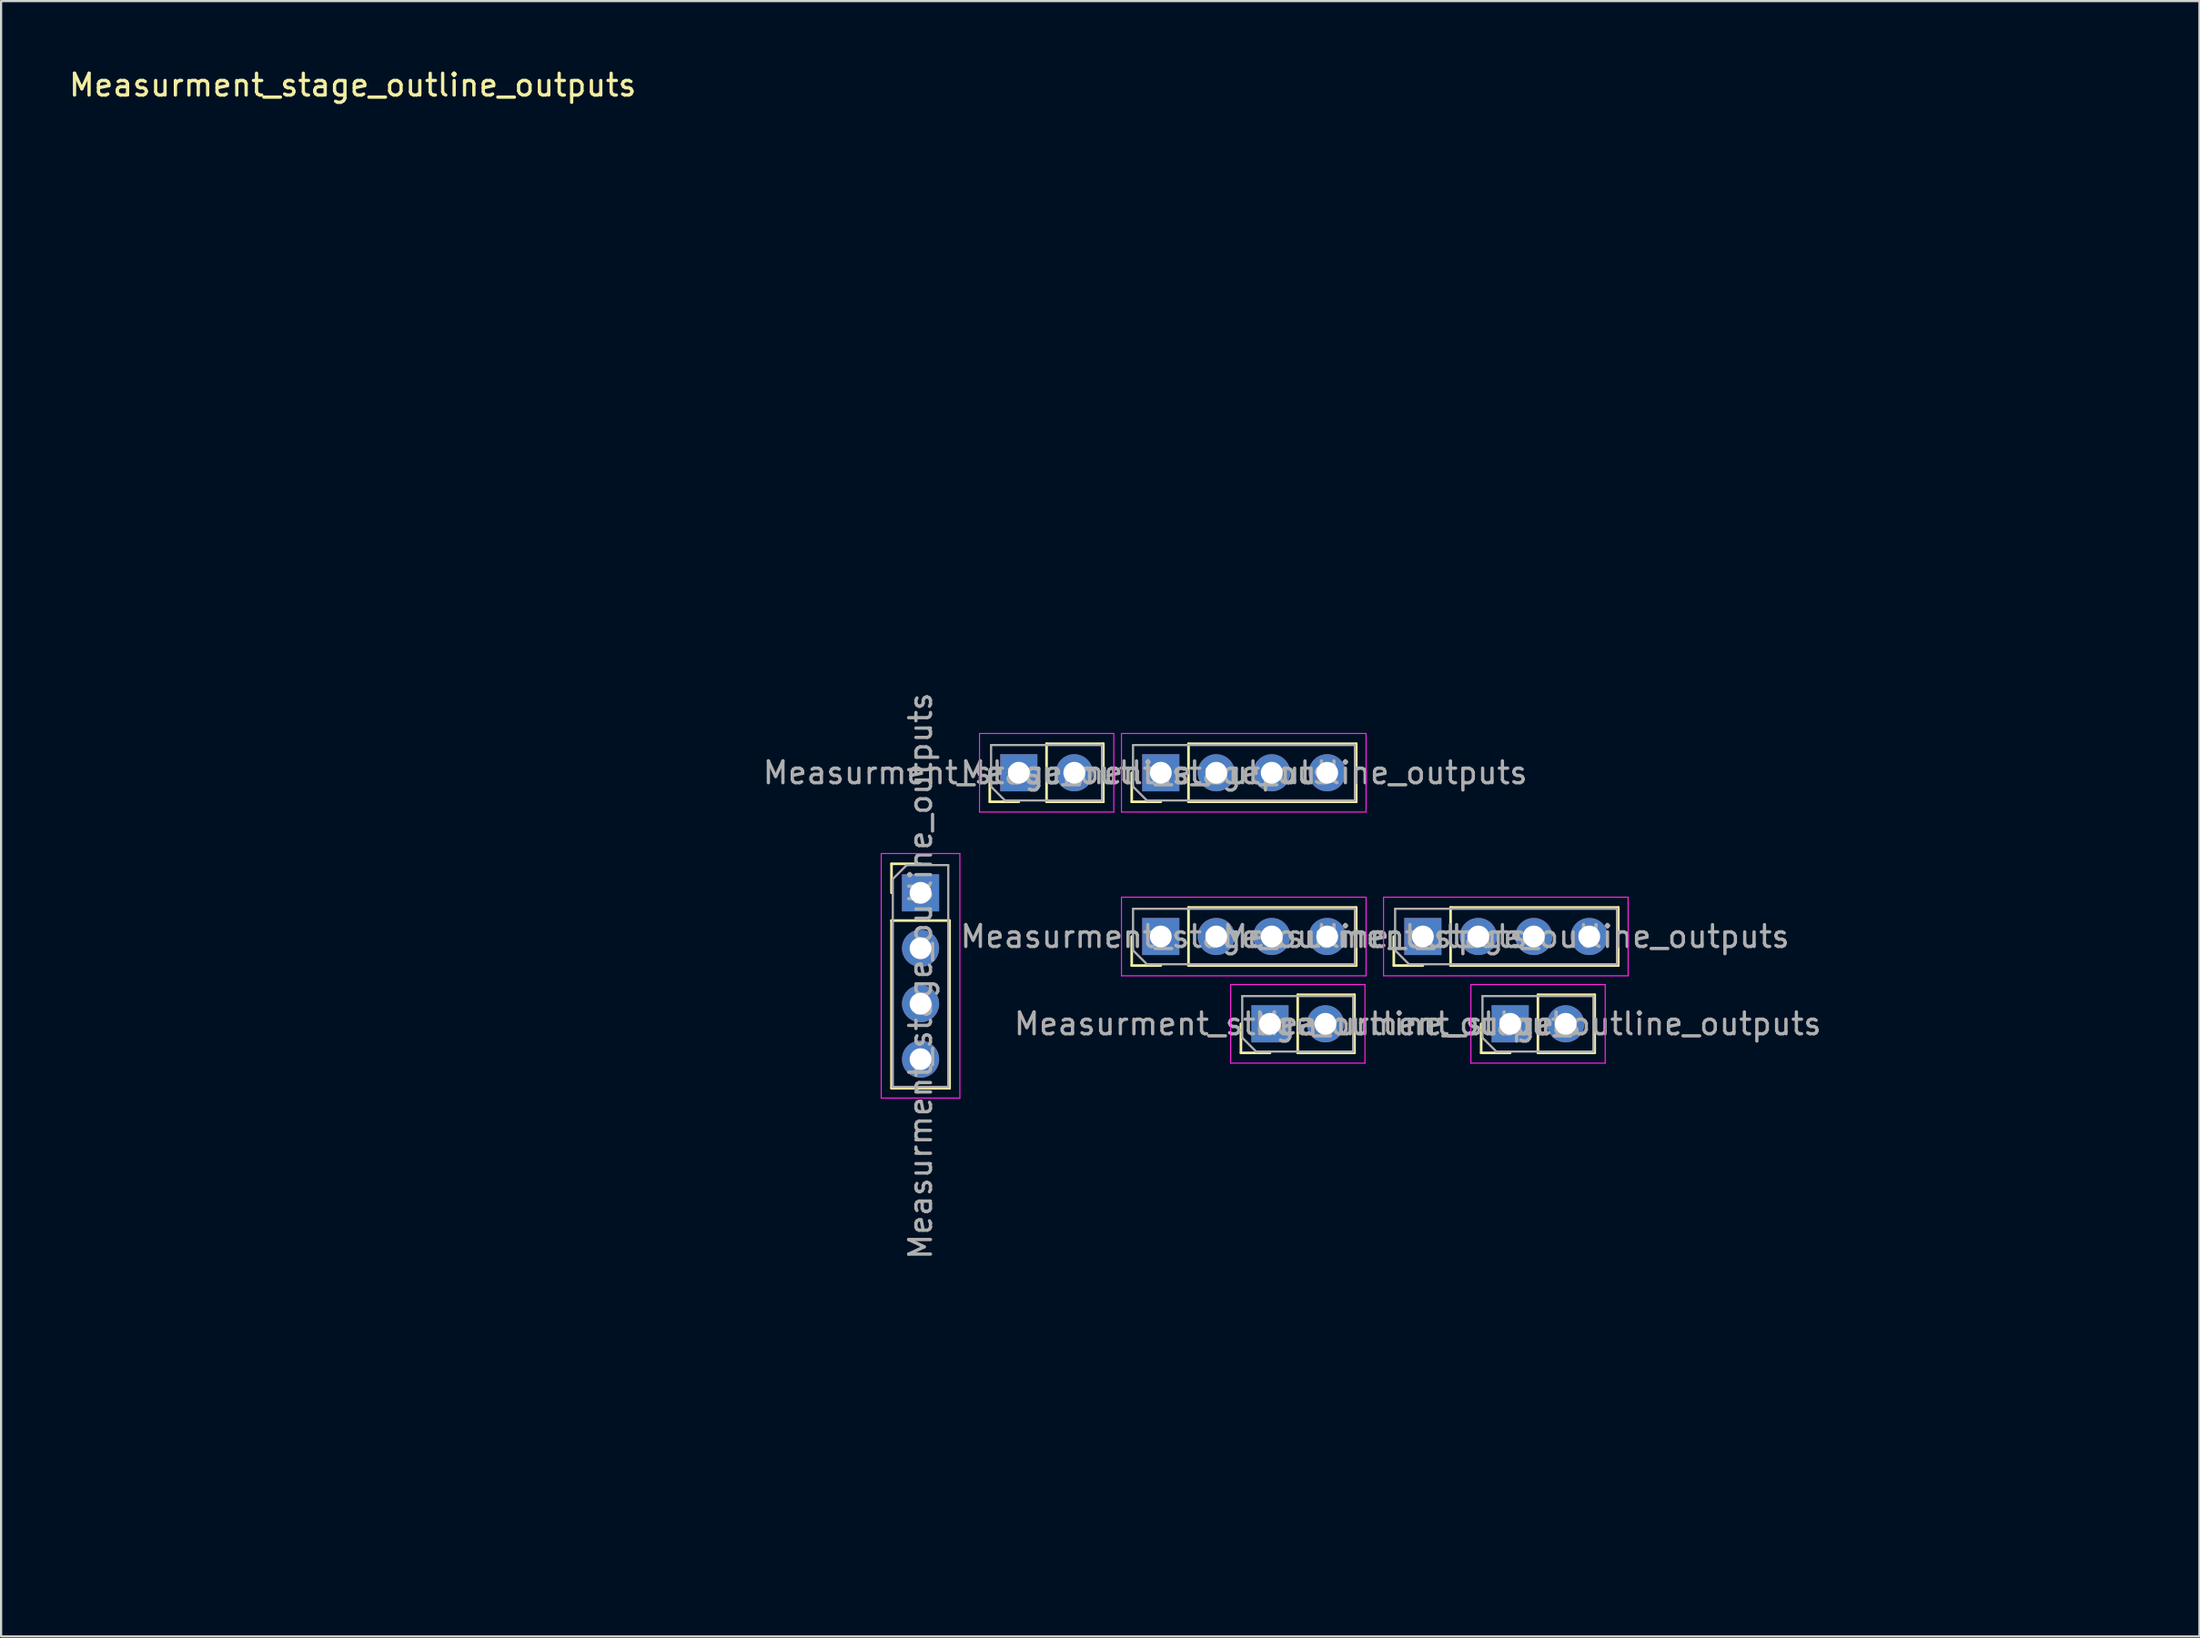
<source format=kicad_pcb>
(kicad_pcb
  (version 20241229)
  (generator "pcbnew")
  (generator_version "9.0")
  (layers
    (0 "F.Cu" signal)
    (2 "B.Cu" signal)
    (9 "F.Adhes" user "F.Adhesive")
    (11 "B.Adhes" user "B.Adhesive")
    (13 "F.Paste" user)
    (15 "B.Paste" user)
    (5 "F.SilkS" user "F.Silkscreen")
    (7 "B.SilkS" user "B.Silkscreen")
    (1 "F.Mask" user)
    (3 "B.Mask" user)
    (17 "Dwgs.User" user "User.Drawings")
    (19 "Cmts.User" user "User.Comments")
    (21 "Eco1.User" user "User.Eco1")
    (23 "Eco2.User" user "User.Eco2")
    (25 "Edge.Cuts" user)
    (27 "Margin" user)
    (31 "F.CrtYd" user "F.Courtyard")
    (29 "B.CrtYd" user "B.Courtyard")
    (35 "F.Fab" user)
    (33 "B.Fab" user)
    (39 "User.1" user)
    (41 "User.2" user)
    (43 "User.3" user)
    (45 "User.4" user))
  (footprint "Measurment_stage_outline_outputs"
    (layer "F.Cu")
    (at 4.601 5.848)
    (property "Reference" "Measurment_stage_outline_outputs" (at 8.5 -5 180) (layer "F.SilkS") (effects (font (size 1 1) (thickness 0.15))))
    (attr through_hole)
    (fp_line (start 33.17 30.67) (end 34.5 30.67) (stroke (width 0.12) (type solid)) (layer "F.SilkS"))
    (fp_line (start 33.17 32) (end 33.17 30.67) (stroke (width 0.12) (type solid)) (layer "F.SilkS"))
    (fp_line (start 33.17 33.27) (end 33.17 40.95) (stroke (width 0.12) (type solid)) (layer "F.SilkS"))
    (fp_line (start 33.17 33.27) (end 35.83 33.27) (stroke (width 0.12) (type solid)) (layer "F.SilkS"))
    (fp_line (start 33.17 40.95) (end 35.83 40.95) (stroke (width 0.12) (type solid)) (layer "F.SilkS"))
    (fp_line (start 35.83 33.27) (end 35.83 40.95) (stroke (width 0.12) (type solid)) (layer "F.SilkS"))
    (fp_line (start 37.67 27.83) (end 37.67 26.5) (stroke (width 0.12) (type solid)) (layer "F.SilkS"))
    (fp_line (start 39 27.83) (end 37.67 27.83) (stroke (width 0.12) (type solid)) (layer "F.SilkS"))
    (fp_line (start 40.27 25.17) (end 42.87 25.17) (stroke (width 0.12) (type solid)) (layer "F.SilkS"))
    (fp_line (start 40.27 27.83) (end 40.27 25.17) (stroke (width 0.12) (type solid)) (layer "F.SilkS"))
    (fp_line (start 40.27 27.83) (end 42.87 27.83) (stroke (width 0.12) (type solid)) (layer "F.SilkS"))
    (fp_line (start 42.87 27.83) (end 42.87 25.17) (stroke (width 0.12) (type solid)) (layer "F.SilkS"))
    (fp_line (start 44.17 27.83) (end 44.17 26.5) (stroke (width 0.12) (type solid)) (layer "F.SilkS"))
    (fp_line (start 44.17 35.33) (end 44.17 34) (stroke (width 0.12) (type solid)) (layer "F.SilkS"))
    (fp_line (start 45.5 27.83) (end 44.17 27.83) (stroke (width 0.12) (type solid)) (layer "F.SilkS"))
    (fp_line (start 45.5 35.33) (end 44.17 35.33) (stroke (width 0.12) (type solid)) (layer "F.SilkS"))
    (fp_line (start 46.77 25.17) (end 54.45 25.17) (stroke (width 0.12) (type solid)) (layer "F.SilkS"))
    (fp_line (start 46.77 27.83) (end 46.77 25.17) (stroke (width 0.12) (type solid)) (layer "F.SilkS"))
    (fp_line (start 46.77 27.83) (end 54.45 27.83) (stroke (width 0.12) (type solid)) (layer "F.SilkS"))
    (fp_line (start 46.77 32.67) (end 54.45 32.67) (stroke (width 0.12) (type solid)) (layer "F.SilkS"))
    (fp_line (start 46.77 35.33) (end 46.77 32.67) (stroke (width 0.12) (type solid)) (layer "F.SilkS"))
    (fp_line (start 46.77 35.33) (end 54.45 35.33) (stroke (width 0.12) (type solid)) (layer "F.SilkS"))
    (fp_line (start 49.17 39.33) (end 49.17 38) (stroke (width 0.12) (type solid)) (layer "F.SilkS"))
    (fp_line (start 50.5 39.33) (end 49.17 39.33) (stroke (width 0.12) (type solid)) (layer "F.SilkS"))
    (fp_line (start 51.77 36.67) (end 54.37 36.67) (stroke (width 0.12) (type solid)) (layer "F.SilkS"))
    (fp_line (start 51.77 39.33) (end 51.77 36.67) (stroke (width 0.12) (type solid)) (layer "F.SilkS"))
    (fp_line (start 51.77 39.33) (end 54.37 39.33) (stroke (width 0.12) (type solid)) (layer "F.SilkS"))
    (fp_line (start 54.37 39.33) (end 54.37 36.67) (stroke (width 0.12) (type solid)) (layer "F.SilkS"))
    (fp_line (start 54.45 27.83) (end 54.45 25.17) (stroke (width 0.12) (type solid)) (layer "F.SilkS"))
    (fp_line (start 54.45 35.33) (end 54.45 32.67) (stroke (width 0.12) (type solid)) (layer "F.SilkS"))
    (fp_line (start 56.17 35.33) (end 56.17 34) (stroke (width 0.12) (type solid)) (layer "F.SilkS"))
    (fp_line (start 57.5 35.33) (end 56.17 35.33) (stroke (width 0.12) (type solid)) (layer "F.SilkS"))
    (fp_line (start 58.77 32.67) (end 66.45 32.67) (stroke (width 0.12) (type solid)) (layer "F.SilkS"))
    (fp_line (start 58.77 35.33) (end 58.77 32.67) (stroke (width 0.12) (type solid)) (layer "F.SilkS"))
    (fp_line (start 58.77 35.33) (end 66.45 35.33) (stroke (width 0.12) (type solid)) (layer "F.SilkS"))
    (fp_line (start 60.17 39.33) (end 60.17 38) (stroke (width 0.12) (type solid)) (layer "F.SilkS"))
    (fp_line (start 61.5 39.33) (end 60.17 39.33) (stroke (width 0.12) (type solid)) (layer "F.SilkS"))
    (fp_line (start 62.77 36.67) (end 65.37 36.67) (stroke (width 0.12) (type solid)) (layer "F.SilkS"))
    (fp_line (start 62.77 39.33) (end 62.77 36.67) (stroke (width 0.12) (type solid)) (layer "F.SilkS"))
    (fp_line (start 62.77 39.33) (end 65.37 39.33) (stroke (width 0.12) (type solid)) (layer "F.SilkS"))
    (fp_line (start 65.37 39.33) (end 65.37 36.67) (stroke (width 0.12) (type solid)) (layer "F.SilkS"))
    (fp_line (start 66.45 35.33) (end 66.45 32.67) (stroke (width 0.12) (type solid)) (layer "F.SilkS"))
    (fp_line (start 0 0) (end 68 0) (stroke (width 0.12) (type solid)) (layer "Eco2.User"))
    (fp_line (start 0 42) (end 0 0) (stroke (width 0.12) (type solid)) (layer "Eco2.User"))
    (fp_line (start 0 42) (end 26 42) (stroke (width 0.12) (type solid)) (layer "Eco2.User"))
    (fp_line (start 26 42) (end 26 63) (stroke (width 0.12) (type solid)) (layer "Eco2.User"))
    (fp_line (start 26 63) (end 90 63) (stroke (width 0.12) (type solid)) (layer "Eco2.User"))
    (fp_line (start 68 0) (end 68 36) (stroke (width 0.12) (type solid)) (layer "Eco2.User"))
    (fp_line (start 68 36) (end 90 36) (stroke (width 0.12) (type solid)) (layer "Eco2.User"))
    (fp_line (start 90 36) (end 90 63) (stroke (width 0.12) (type solid)) (layer "Eco2.User"))
    (fp_line (start 32.7 30.2) (end 32.7 41.4) (stroke (width 0.05) (type solid)) (layer "F.CrtYd"))
    (fp_line (start 32.7 41.4) (end 36.3 41.4) (stroke (width 0.05) (type solid)) (layer "F.CrtYd"))
    (fp_line (start 36.3 30.2) (end 32.7 30.2) (stroke (width 0.05) (type solid)) (layer "F.CrtYd"))
    (fp_line (start 36.3 41.4) (end 36.3 30.2) (stroke (width 0.05) (type solid)) (layer "F.CrtYd"))
    (fp_line (start 37.2 24.7) (end 37.2 28.3) (stroke (width 0.05) (type solid)) (layer "F.CrtYd"))
    (fp_line (start 37.2 28.3) (end 43.35 28.3) (stroke (width 0.05) (type solid)) (layer "F.CrtYd"))
    (fp_line (start 43.35 24.7) (end 37.2 24.7) (stroke (width 0.05) (type solid)) (layer "F.CrtYd"))
    (fp_line (start 43.35 28.3) (end 43.35 24.7) (stroke (width 0.05) (type solid)) (layer "F.CrtYd"))
    (fp_line (start 43.7 24.7) (end 43.7 28.3) (stroke (width 0.05) (type solid)) (layer "F.CrtYd"))
    (fp_line (start 43.7 28.3) (end 54.9 28.3) (stroke (width 0.05) (type solid)) (layer "F.CrtYd"))
    (fp_line (start 43.7 32.2) (end 43.7 35.8) (stroke (width 0.05) (type solid)) (layer "F.CrtYd"))
    (fp_line (start 43.7 35.8) (end 54.9 35.8) (stroke (width 0.05) (type solid)) (layer "F.CrtYd"))
    (fp_line (start 48.7 36.2) (end 48.7 39.8) (stroke (width 0.05) (type solid)) (layer "F.CrtYd"))
    (fp_line (start 48.7 39.8) (end 54.85 39.8) (stroke (width 0.05) (type solid)) (layer "F.CrtYd"))
    (fp_line (start 54.85 36.2) (end 48.7 36.2) (stroke (width 0.05) (type solid)) (layer "F.CrtYd"))
    (fp_line (start 54.85 39.8) (end 54.85 36.2) (stroke (width 0.05) (type solid)) (layer "F.CrtYd"))
    (fp_line (start 54.9 24.7) (end 43.7 24.7) (stroke (width 0.05) (type solid)) (layer "F.CrtYd"))
    (fp_line (start 54.9 28.3) (end 54.9 24.7) (stroke (width 0.05) (type solid)) (layer "F.CrtYd"))
    (fp_line (start 54.9 32.2) (end 43.7 32.2) (stroke (width 0.05) (type solid)) (layer "F.CrtYd"))
    (fp_line (start 54.9 35.8) (end 54.9 32.2) (stroke (width 0.05) (type solid)) (layer "F.CrtYd"))
    (fp_line (start 55.7 32.2) (end 55.7 35.8) (stroke (width 0.05) (type solid)) (layer "F.CrtYd"))
    (fp_line (start 55.7 35.8) (end 66.9 35.8) (stroke (width 0.05) (type solid)) (layer "F.CrtYd"))
    (fp_line (start 59.7 36.2) (end 59.7 39.8) (stroke (width 0.05) (type solid)) (layer "F.CrtYd"))
    (fp_line (start 59.7 39.8) (end 65.85 39.8) (stroke (width 0.05) (type solid)) (layer "F.CrtYd"))
    (fp_line (start 65.85 36.2) (end 59.7 36.2) (stroke (width 0.05) (type solid)) (layer "F.CrtYd"))
    (fp_line (start 65.85 39.8) (end 65.85 36.2) (stroke (width 0.05) (type solid)) (layer "F.CrtYd"))
    (fp_line (start 66.9 32.2) (end 55.7 32.2) (stroke (width 0.05) (type solid)) (layer "F.CrtYd"))
    (fp_line (start 66.9 35.8) (end 66.9 32.2) (stroke (width 0.05) (type solid)) (layer "F.CrtYd"))
    (fp_line (start 33.23 31.365) (end 33.865 30.73) (stroke (width 0.1) (type solid)) (layer "F.Fab"))
    (fp_line (start 33.23 40.89) (end 33.23 31.365) (stroke (width 0.1) (type solid)) (layer "F.Fab"))
    (fp_line (start 33.865 30.73) (end 35.77 30.73) (stroke (width 0.1) (type solid)) (layer "F.Fab"))
    (fp_line (start 35.77 30.73) (end 35.77 40.89) (stroke (width 0.1) (type solid)) (layer "F.Fab"))
    (fp_line (start 35.77 40.89) (end 33.23 40.89) (stroke (width 0.1) (type solid)) (layer "F.Fab"))
    (fp_line (start 37.73 25.23) (end 42.81 25.23) (stroke (width 0.1) (type solid)) (layer "F.Fab"))
    (fp_line (start 37.73 27.135) (end 37.73 25.23) (stroke (width 0.1) (type solid)) (layer "F.Fab"))
    (fp_line (start 38.365 27.77) (end 37.73 27.135) (stroke (width 0.1) (type solid)) (layer "F.Fab"))
    (fp_line (start 42.81 25.23) (end 42.81 27.77) (stroke (width 0.1) (type solid)) (layer "F.Fab"))
    (fp_line (start 42.81 27.77) (end 38.365 27.77) (stroke (width 0.1) (type solid)) (layer "F.Fab"))
    (fp_line (start 44.23 25.23) (end 54.39 25.23) (stroke (width 0.1) (type solid)) (layer "F.Fab"))
    (fp_line (start 44.23 27.135) (end 44.23 25.23) (stroke (width 0.1) (type solid)) (layer "F.Fab"))
    (fp_line (start 44.23 32.73) (end 54.39 32.73) (stroke (width 0.1) (type solid)) (layer "F.Fab"))
    (fp_line (start 44.23 34.635) (end 44.23 32.73) (stroke (width 0.1) (type solid)) (layer "F.Fab"))
    (fp_line (start 44.865 27.77) (end 44.23 27.135) (stroke (width 0.1) (type solid)) (layer "F.Fab"))
    (fp_line (start 44.865 35.27) (end 44.23 34.635) (stroke (width 0.1) (type solid)) (layer "F.Fab"))
    (fp_line (start 49.23 36.73) (end 54.31 36.73) (stroke (width 0.1) (type solid)) (layer "F.Fab"))
    (fp_line (start 49.23 38.635) (end 49.23 36.73) (stroke (width 0.1) (type solid)) (layer "F.Fab"))
    (fp_line (start 49.865 39.27) (end 49.23 38.635) (stroke (width 0.1) (type solid)) (layer "F.Fab"))
    (fp_line (start 54.31 36.73) (end 54.31 39.27) (stroke (width 0.1) (type solid)) (layer "F.Fab"))
    (fp_line (start 54.31 39.27) (end 49.865 39.27) (stroke (width 0.1) (type solid)) (layer "F.Fab"))
    (fp_line (start 54.39 25.23) (end 54.39 27.77) (stroke (width 0.1) (type solid)) (layer "F.Fab"))
    (fp_line (start 54.39 27.77) (end 44.865 27.77) (stroke (width 0.1) (type solid)) (layer "F.Fab"))
    (fp_line (start 54.39 32.73) (end 54.39 35.27) (stroke (width 0.1) (type solid)) (layer "F.Fab"))
    (fp_line (start 54.39 35.27) (end 44.865 35.27) (stroke (width 0.1) (type solid)) (layer "F.Fab"))
    (fp_line (start 56.23 32.73) (end 66.39 32.73) (stroke (width 0.1) (type solid)) (layer "F.Fab"))
    (fp_line (start 56.23 34.635) (end 56.23 32.73) (stroke (width 0.1) (type solid)) (layer "F.Fab"))
    (fp_line (start 56.865 35.27) (end 56.23 34.635) (stroke (width 0.1) (type solid)) (layer "F.Fab"))
    (fp_line (start 60.23 36.73) (end 65.31 36.73) (stroke (width 0.1) (type solid)) (layer "F.Fab"))
    (fp_line (start 60.23 38.635) (end 60.23 36.73) (stroke (width 0.1) (type solid)) (layer "F.Fab"))
    (fp_line (start 60.865 39.27) (end 60.23 38.635) (stroke (width 0.1) (type solid)) (layer "F.Fab"))
    (fp_line (start 65.31 36.73) (end 65.31 39.27) (stroke (width 0.1) (type solid)) (layer "F.Fab"))
    (fp_line (start 65.31 39.27) (end 60.865 39.27) (stroke (width 0.1) (type solid)) (layer "F.Fab"))
    (fp_line (start 66.39 32.73) (end 66.39 35.27) (stroke (width 0.1) (type solid)) (layer "F.Fab"))
    (fp_line (start 66.39 35.27) (end 56.865 35.27) (stroke (width 0.1) (type solid)) (layer "F.Fab"))
    (fp_text user "${REFERENCE}" (at 40.27 26.5 180) (layer "F.Fab") (effects (font (size 1 1) (thickness 0.15))))
    (fp_text user "${REFERENCE}" (at 61.31 34 180) (layer "F.Fab") (effects (font (size 1 1) (thickness 0.15))))
    (fp_text user "${REFERENCE}" (at 62.77 38 180) (layer "F.Fab") (effects (font (size 1 1) (thickness 0.15))))
    (fp_text user "${REFERENCE}" (at 49.31 34 180) (layer "F.Fab") (effects (font (size 1 1) (thickness 0.15))))
    (fp_text user "${REFERENCE}" (at 51.77 38 180) (layer "F.Fab") (effects (font (size 1 1) (thickness 0.15))))
    (fp_text user "${REFERENCE}" (at 49.31 26.5 180) (layer "F.Fab") (effects (font (size 1 1) (thickness 0.15))))
    (fp_text user "${REFERENCE}" (at 34.5 35.81 90) (layer "F.Fab") (effects (font (size 1 1) (thickness 0.15))))
    (pad "1" thru_hole rect (at 34.5 32) (size 1.7 1.7) (drill 1) (layers "*.Cu" "*.Mask"))
    (pad "1" thru_hole oval (at 34.5 34.54) (size 1.7 1.7) (drill 1) (layers "*.Cu" "*.Mask"))
    (pad "2" thru_hole oval (at 34.5 37.08) (size 1.7 1.7) (drill 1) (layers "*.Cu" "*.Mask"))
    (pad "2" thru_hole oval (at 34.5 39.62) (size 1.7 1.7) (drill 1) (layers "*.Cu" "*.Mask"))
    (pad "3" thru_hole rect (at 50.5 38 90) (size 1.7 1.7) (drill 1) (layers "*.Cu" "*.Mask"))
    (pad "4" thru_hole oval (at 53.04 38 90) (size 1.7 1.7) (drill 1) (layers "*.Cu" "*.Mask"))
    (pad "5" thru_hole rect (at 61.5 38 90) (size 1.7 1.7) (drill 1) (layers "*.Cu" "*.Mask"))
    (pad "6" thru_hole oval (at 64.04 38 90) (size 1.7 1.7) (drill 1) (layers "*.Cu" "*.Mask"))
    (pad "7" thru_hole rect (at 39 26.5 90) (size 1.7 1.7) (drill 1) (layers "*.Cu" "*.Mask"))
    (pad "8" thru_hole oval (at 41.54 26.5 90) (size 1.7 1.7) (drill 1) (layers "*.Cu" "*.Mask"))
    (pad "9" thru_hole rect (at 45.5 34 90) (size 1.7 1.7) (drill 1) (layers "*.Cu" "*.Mask"))
    (pad "10" thru_hole oval (at 48.04 34 90) (size 1.7 1.7) (drill 1) (layers "*.Cu" "*.Mask"))
    (pad "11" thru_hole oval (at 50.58 34 90) (size 1.7 1.7) (drill 1) (layers "*.Cu" "*.Mask"))
    (pad "12" thru_hole oval (at 53.12 34 90) (size 1.7 1.7) (drill 1) (layers "*.Cu" "*.Mask"))
    (pad "13" thru_hole oval (at 50.58 26.5 90) (size 1.7 1.7) (drill 1) (layers "*.Cu" "*.Mask"))
    (pad "13" thru_hole oval (at 53.12 26.5 90) (size 1.7 1.7) (drill 1) (layers "*.Cu" "*.Mask"))
    (pad "14" thru_hole rect (at 45.5 26.5 90) (size 1.7 1.7) (drill 1) (layers "*.Cu" "*.Mask"))
    (pad "14" thru_hole oval (at 48.04 26.5 90) (size 1.7 1.7) (drill 1) (layers "*.Cu" "*.Mask"))
    (pad "14" thru_hole rect (at 57.5 34 90) (size 1.7 1.7) (drill 1) (layers "*.Cu" "*.Mask"))
    (pad "14" thru_hole oval (at 60.04 34 90) (size 1.7 1.7) (drill 1) (layers "*.Cu" "*.Mask"))
    (pad "15" thru_hole oval (at 62.58 34 90) (size 1.7 1.7) (drill 1) (layers "*.Cu" "*.Mask"))
    (pad "15" thru_hole oval (at 65.12 34 90) (size 1.7 1.7) (drill 1) (layers "*.Cu" "*.Mask")))
  (gr_rect
    (start -3 -3)
    (end 97.661 71.908)
    (stroke (width 0.1) (type default))
    (fill no)
    (layer "Edge.Cuts")))
</source>
